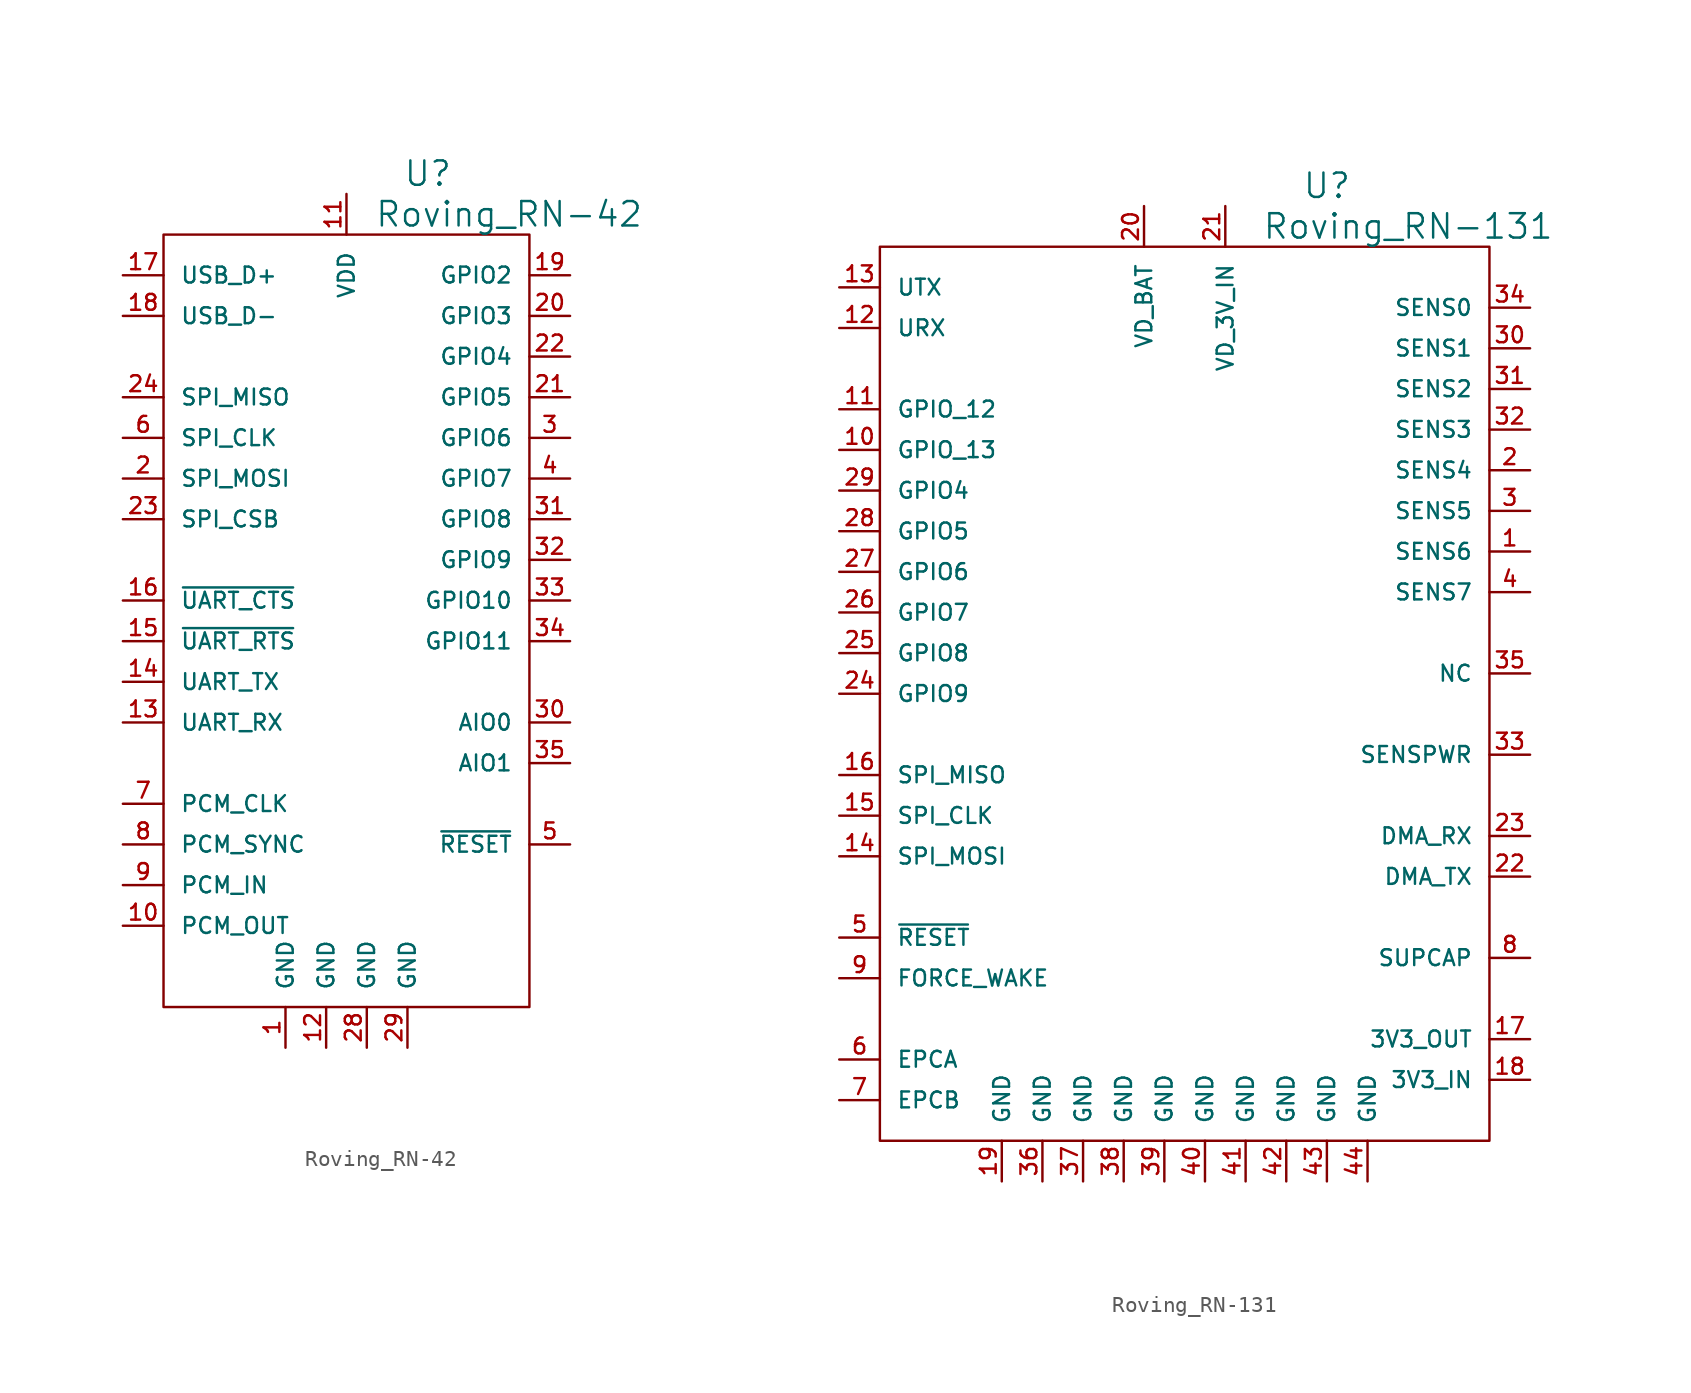
<source format=kicad_sym>
(kicad_symbol_lib
  (version 20220914)
  (generator kicad_symbol_editor)
  (symbol "Roving_RN-42"
    (pin_names
      (offset 1.016))
    (property "Reference" "U"
      (at 5.08 27.94 0)
      (effects (font (size 1.524 1.524))))
    (property "Value" "Roving_RN-42"
      (at 10.16 25.4 0)
      (effects (font (size 1.524 1.524))))
    (property "Footprint" ""
      (at 0 -2.54 0)
      (effects (font (size 1.524 1.524))))
    (property "Datasheet" ""
      (at 0 0 0)
      (effects (font (size 1.524 1.524))))
    (symbol "Roving_RN-42_0_1"
      (rectangle (start -11.43 24.13) (end 11.43 -24.13) (stroke (width 0) (type solid)) (fill (type none))))
    (symbol "Roving_RN-42_1_1"
      (pin passive line (at -3.81 -26.67 90) (length 2.54) (name "GND" (effects (font (size 0.991 0.991)))) (number "1" (effects (font (size 0.991 0.991)))))
      (pin passive line (at -13.97 -19.05 0) (length 2.54) (name "PCM_OUT" (effects (font (size 0.991 0.991)))) (number "10" (effects (font (size 0.991 0.991)))))
      (pin passive line (at 0 26.67 270) (length 2.54) (name "VDD" (effects (font (size 0.991 0.991)))) (number "11" (effects (font (size 0.991 0.991)))))
      (pin passive line (at -1.27 -26.67 90) (length 2.54) (name "GND" (effects (font (size 0.991 0.991)))) (number "12" (effects (font (size 0.991 0.991)))))
      (pin passive line (at -13.97 -6.35 0) (length 2.54) (name "UART_RX" (effects (font (size 0.991 0.991)))) (number "13" (effects (font (size 0.991 0.991)))))
      (pin passive line (at -13.97 -3.81 0) (length 2.54) (name "UART_TX" (effects (font (size 0.991 0.991)))) (number "14" (effects (font (size 0.991 0.991)))))
      (pin passive line (at -13.97 -1.27 0) (length 2.54) (name "~{UART_RTS}" (effects (font (size 0.991 0.991)))) (number "15" (effects (font (size 0.991 0.991)))))
      (pin passive line (at -13.97 1.27 0) (length 2.54) (name "~{UART_CTS}" (effects (font (size 0.991 0.991)))) (number "16" (effects (font (size 0.991 0.991)))))
      (pin passive line (at -13.97 21.59 0) (length 2.54) (name "USB_D+" (effects (font (size 0.991 0.991)))) (number "17" (effects (font (size 0.991 0.991)))))
      (pin passive line (at -13.97 19.05 0) (length 2.54) (name "USB_D-" (effects (font (size 0.991 0.991)))) (number "18" (effects (font (size 0.991 0.991)))))
      (pin passive line (at 13.97 21.59 180) (length 2.54) (name "GPIO2" (effects (font (size 0.991 0.991)))) (number "19" (effects (font (size 0.991 0.991)))))
      (pin passive line (at -13.97 8.89 0) (length 2.54) (name "SPI_MOSI" (effects (font (size 0.991 0.991)))) (number "2" (effects (font (size 0.991 0.991)))))
      (pin passive line (at 13.97 19.05 180) (length 2.54) (name "GPIO3" (effects (font (size 0.991 0.991)))) (number "20" (effects (font (size 0.991 0.991)))))
      (pin passive line (at 13.97 13.97 180) (length 2.54) (name "GPIO5" (effects (font (size 0.991 0.991)))) (number "21" (effects (font (size 0.991 0.991)))))
      (pin passive line (at 13.97 16.51 180) (length 2.54) (name "GPIO4" (effects (font (size 0.991 0.991)))) (number "22" (effects (font (size 0.991 0.991)))))
      (pin passive line (at -13.97 6.35 0) (length 2.54) (name "SPI_CSB" (effects (font (size 0.991 0.991)))) (number "23" (effects (font (size 0.991 0.991)))))
      (pin passive line (at -13.97 13.97 0) (length 2.54) (name "SPI_MISO" (effects (font (size 0.991 0.991)))) (number "24" (effects (font (size 0.991 0.991)))))
      (pin passive line (at 1.27 -26.67 90) (length 2.54) (name "GND" (effects (font (size 0.991 0.991)))) (number "28" (effects (font (size 0.991 0.991)))))
      (pin passive line (at 3.81 -26.67 90) (length 2.54) (name "GND" (effects (font (size 0.991 0.991)))) (number "29" (effects (font (size 0.991 0.991)))))
      (pin passive line (at 13.97 11.43 180) (length 2.54) (name "GPIO6" (effects (font (size 0.991 0.991)))) (number "3" (effects (font (size 0.991 0.991)))))
      (pin passive line (at 13.97 -6.35 180) (length 2.54) (name "AIO0" (effects (font (size 0.991 0.991)))) (number "30" (effects (font (size 0.991 0.991)))))
      (pin passive line (at 13.97 6.35 180) (length 2.54) (name "GPIO8" (effects (font (size 0.991 0.991)))) (number "31" (effects (font (size 0.991 0.991)))))
      (pin passive line (at 13.97 3.81 180) (length 2.54) (name "GPIO9" (effects (font (size 0.991 0.991)))) (number "32" (effects (font (size 0.991 0.991)))))
      (pin passive line (at 13.97 1.27 180) (length 2.54) (name "GPIO10" (effects (font (size 0.991 0.991)))) (number "33" (effects (font (size 0.991 0.991)))))
      (pin passive line (at 13.97 -1.27 180) (length 2.54) (name "GPIO11" (effects (font (size 0.991 0.991)))) (number "34" (effects (font (size 0.991 0.991)))))
      (pin passive line (at 13.97 -8.89 180) (length 2.54) (name "AIO1" (effects (font (size 0.991 0.991)))) (number "35" (effects (font (size 0.991 0.991)))))
      (pin passive line (at 13.97 8.89 180) (length 2.54) (name "GPIO7" (effects (font (size 0.991 0.991)))) (number "4" (effects (font (size 0.991 0.991)))))
      (pin passive line (at 13.97 -13.97 180) (length 2.54) (name "~{RESET}" (effects (font (size 0.991 0.991)))) (number "5" (effects (font (size 0.991 0.991)))))
      (pin passive line (at -13.97 11.43 0) (length 2.54) (name "SPI_CLK" (effects (font (size 0.991 0.991)))) (number "6" (effects (font (size 0.991 0.991)))))
      (pin passive line (at -13.97 -11.43 0) (length 2.54) (name "PCM_CLK" (effects (font (size 0.991 0.991)))) (number "7" (effects (font (size 0.991 0.991)))))
      (pin passive line (at -13.97 -13.97 0) (length 2.54) (name "PCM_SYNC" (effects (font (size 0.991 0.991)))) (number "8" (effects (font (size 0.991 0.991)))))
      (pin passive line (at -13.97 -16.51 0) (length 2.54) (name "PCM_IN" (effects (font (size 0.991 0.991)))) (number "9" (effects (font (size 0.991 0.991)))))))
  (symbol "Roving_RN-131"
    (pin_names
      (offset 1.016))
    (property "Reference" "U"
      (at 8.89 31.75 0)
      (effects (font (size 1.524 1.524))))
    (property "Value" "Roving_RN-131"
      (at 13.97 29.21 0)
      (effects (font (size 1.524 1.524))))
    (property "Footprint" ""
      (at 0 -1.27 0)
      (effects (font (size 1.524 1.524))))
    (property "Datasheet" ""
      (at 0 0 0)
      (effects (font (size 1.524 1.524))))
    (symbol "Roving_RN-131_0_1"
      (rectangle (start 19.05 27.94) (end -19.05 -27.94) (stroke (width 0) (type solid)) (fill (type none))))
    (symbol "Roving_RN-131_1_1"
      (pin passive line (at 21.59 8.89 180) (length 2.54) (name "SENS6" (effects (font (size 0.991 0.991)))) (number "1" (effects (font (size 0.991 0.991)))))
      (pin passive line (at -21.59 15.24 0) (length 2.54) (name "GPIO_13" (effects (font (size 0.991 0.991)))) (number "10" (effects (font (size 0.991 0.991)))))
      (pin passive line (at -21.59 17.78 0) (length 2.54) (name "GPIO_12" (effects (font (size 0.991 0.991)))) (number "11" (effects (font (size 0.991 0.991)))))
      (pin passive line (at -21.59 22.86 0) (length 2.54) (name "URX" (effects (font (size 0.991 0.991)))) (number "12" (effects (font (size 0.991 0.991)))))
      (pin passive line (at -21.59 25.4 0) (length 2.54) (name "UTX" (effects (font (size 0.991 0.991)))) (number "13" (effects (font (size 0.991 0.991)))))
      (pin passive line (at -21.59 -10.16 0) (length 2.54) (name "SPI_MOSI" (effects (font (size 0.991 0.991)))) (number "14" (effects (font (size 0.991 0.991)))))
      (pin passive line (at -21.59 -7.62 0) (length 2.54) (name "SPI_CLK" (effects (font (size 0.991 0.991)))) (number "15" (effects (font (size 0.991 0.991)))))
      (pin passive line (at -21.59 -5.08 0) (length 2.54) (name "SPI_MISO" (effects (font (size 0.991 0.991)))) (number "16" (effects (font (size 0.991 0.991)))))
      (pin passive line (at 21.59 -21.59 180) (length 2.54) (name "3V3_OUT" (effects (font (size 0.991 0.991)))) (number "17" (effects (font (size 0.991 0.991)))))
      (pin passive line (at 21.59 -24.13 180) (length 2.54) (name "3V3_IN" (effects (font (size 0.991 0.991)))) (number "18" (effects (font (size 0.991 0.991)))))
      (pin passive line (at -11.43 -30.48 90) (length 2.54) (name "GND" (effects (font (size 0.991 0.991)))) (number "19" (effects (font (size 0.991 0.991)))))
      (pin passive line (at 21.59 13.97 180) (length 2.54) (name "SENS4" (effects (font (size 0.991 0.991)))) (number "2" (effects (font (size 0.991 0.991)))))
      (pin passive line (at -2.54 30.48 270) (length 2.54) (name "VD_BAT" (effects (font (size 0.991 0.991)))) (number "20" (effects (font (size 0.991 0.991)))))
      (pin passive line (at 2.54 30.48 270) (length 2.54) (name "VD_3V_IN" (effects (font (size 0.991 0.991)))) (number "21" (effects (font (size 0.991 0.991)))))
      (pin passive line (at 21.59 -11.43 180) (length 2.54) (name "DMA_TX" (effects (font (size 0.991 0.991)))) (number "22" (effects (font (size 0.991 0.991)))))
      (pin passive line (at 21.59 -8.89 180) (length 2.54) (name "DMA_RX" (effects (font (size 0.991 0.991)))) (number "23" (effects (font (size 0.991 0.991)))))
      (pin passive line (at -21.59 0 0) (length 2.54) (name "GPIO9" (effects (font (size 0.991 0.991)))) (number "24" (effects (font (size 0.991 0.991)))))
      (pin passive line (at -21.59 2.54 0) (length 2.54) (name "GPIO8" (effects (font (size 0.991 0.991)))) (number "25" (effects (font (size 0.991 0.991)))))
      (pin passive line (at -21.59 5.08 0) (length 2.54) (name "GPIO7" (effects (font (size 0.991 0.991)))) (number "26" (effects (font (size 0.991 0.991)))))
      (pin passive line (at -21.59 7.62 0) (length 2.54) (name "GPIO6" (effects (font (size 0.991 0.991)))) (number "27" (effects (font (size 0.991 0.991)))))
      (pin passive line (at -21.59 10.16 0) (length 2.54) (name "GPIO5" (effects (font (size 0.991 0.991)))) (number "28" (effects (font (size 0.991 0.991)))))
      (pin passive line (at -21.59 12.7 0) (length 2.54) (name "GPIO4" (effects (font (size 0.991 0.991)))) (number "29" (effects (font (size 0.991 0.991)))))
      (pin passive line (at 21.59 11.43 180) (length 2.54) (name "SENS5" (effects (font (size 0.991 0.991)))) (number "3" (effects (font (size 0.991 0.991)))))
      (pin passive line (at 21.59 21.59 180) (length 2.54) (name "SENS1" (effects (font (size 0.991 0.991)))) (number "30" (effects (font (size 0.991 0.991)))))
      (pin passive line (at 21.59 19.05 180) (length 2.54) (name "SENS2" (effects (font (size 0.991 0.991)))) (number "31" (effects (font (size 0.991 0.991)))))
      (pin passive line (at 21.59 16.51 180) (length 2.54) (name "SENS3" (effects (font (size 0.991 0.991)))) (number "32" (effects (font (size 0.991 0.991)))))
      (pin passive line (at 21.59 -3.81 180) (length 2.54) (name "SENSPWR" (effects (font (size 0.991 0.991)))) (number "33" (effects (font (size 0.991 0.991)))))
      (pin passive line (at 21.59 24.13 180) (length 2.54) (name "SENS0" (effects (font (size 0.991 0.991)))) (number "34" (effects (font (size 0.991 0.991)))))
      (pin passive line (at 21.59 1.27 180) (length 2.54) (name "NC" (effects (font (size 0.991 0.991)))) (number "35" (effects (font (size 0.991 0.991)))))
      (pin passive line (at -8.89 -30.48 90) (length 2.54) (name "GND" (effects (font (size 0.991 0.991)))) (number "36" (effects (font (size 0.991 0.991)))))
      (pin passive line (at -6.35 -30.48 90) (length 2.54) (name "GND" (effects (font (size 0.991 0.991)))) (number "37" (effects (font (size 0.991 0.991)))))
      (pin passive line (at -3.81 -30.48 90) (length 2.54) (name "GND" (effects (font (size 0.991 0.991)))) (number "38" (effects (font (size 0.991 0.991)))))
      (pin passive line (at -1.27 -30.48 90) (length 2.54) (name "GND" (effects (font (size 0.991 0.991)))) (number "39" (effects (font (size 0.991 0.991)))))
      (pin passive line (at 21.59 6.35 180) (length 2.54) (name "SENS7" (effects (font (size 0.991 0.991)))) (number "4" (effects (font (size 0.991 0.991)))))
      (pin passive line (at 1.27 -30.48 90) (length 2.54) (name "GND" (effects (font (size 0.991 0.991)))) (number "40" (effects (font (size 0.991 0.991)))))
      (pin passive line (at 3.81 -30.48 90) (length 2.54) (name "GND" (effects (font (size 0.991 0.991)))) (number "41" (effects (font (size 0.991 0.991)))))
      (pin passive line (at 6.35 -30.48 90) (length 2.54) (name "GND" (effects (font (size 0.991 0.991)))) (number "42" (effects (font (size 0.991 0.991)))))
      (pin passive line (at 8.89 -30.48 90) (length 2.54) (name "GND" (effects (font (size 0.991 0.991)))) (number "43" (effects (font (size 0.991 0.991)))))
      (pin passive line (at 11.43 -30.48 90) (length 2.54) (name "GND" (effects (font (size 0.991 0.991)))) (number "44" (effects (font (size 0.991 0.991)))))
      (pin passive line (at -21.59 -15.24 0) (length 2.54) (name "~{RESET}" (effects (font (size 0.991 0.991)))) (number "5" (effects (font (size 0.991 0.991)))))
      (pin passive line (at -21.59 -22.86 0) (length 2.54) (name "EPCA" (effects (font (size 0.991 0.991)))) (number "6" (effects (font (size 0.991 0.991)))))
      (pin passive line (at -21.59 -25.4 0) (length 2.54) (name "EPCB" (effects (font (size 0.991 0.991)))) (number "7" (effects (font (size 0.991 0.991)))))
      (pin passive line (at 21.59 -16.51 180) (length 2.54) (name "SUPCAP" (effects (font (size 0.991 0.991)))) (number "8" (effects (font (size 0.991 0.991)))))
      (pin passive line (at -21.59 -17.78 0) (length 2.54) (name "FORCE_WAKE" (effects (font (size 0.991 0.991)))) (number "9" (effects (font (size 0.991 0.991))))))))
</source>
